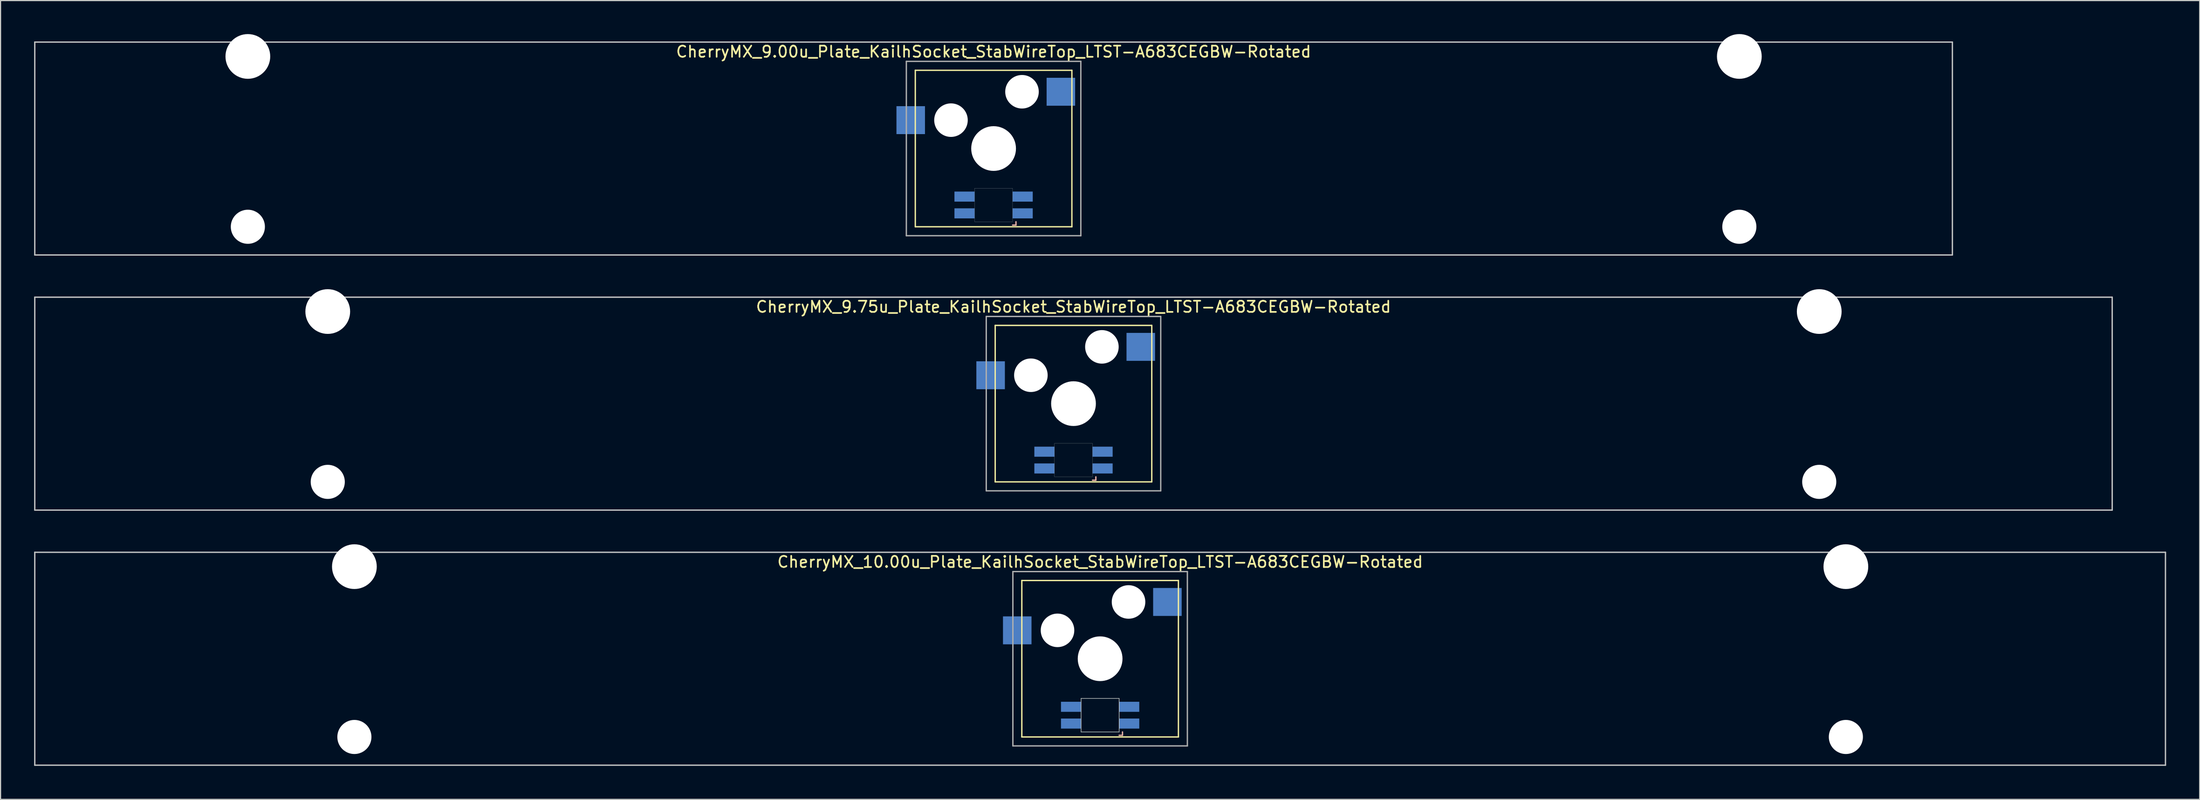
<source format=kicad_pcb>
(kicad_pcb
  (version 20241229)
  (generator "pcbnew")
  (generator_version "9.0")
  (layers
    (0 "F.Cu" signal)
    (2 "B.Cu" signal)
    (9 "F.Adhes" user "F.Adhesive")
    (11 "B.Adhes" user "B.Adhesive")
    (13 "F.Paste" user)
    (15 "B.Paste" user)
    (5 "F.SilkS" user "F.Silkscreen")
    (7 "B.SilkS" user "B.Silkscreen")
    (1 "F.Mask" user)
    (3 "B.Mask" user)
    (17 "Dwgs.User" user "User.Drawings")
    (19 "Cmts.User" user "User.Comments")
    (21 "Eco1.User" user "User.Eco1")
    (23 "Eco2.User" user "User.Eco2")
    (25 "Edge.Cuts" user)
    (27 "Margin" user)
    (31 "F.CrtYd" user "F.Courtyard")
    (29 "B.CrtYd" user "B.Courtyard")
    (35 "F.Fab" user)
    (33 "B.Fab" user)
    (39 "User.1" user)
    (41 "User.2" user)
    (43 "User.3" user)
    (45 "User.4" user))
  (footprint "CherryMX_9.75u_Plate_KailhSocket_StabWireTop_LTST-A683CEGBW-Rotated"
    (layer "F.Cu")
    (at 92.929 33.065)
    (property "Reference" "CherryMX_9.75u_Plate_KailhSocket_StabWireTop_LTST-A683CEGBW-Rotated" (at 0 -8.662 0) (layer "F.SilkS") (effects (font (size 1 1) (thickness 0.15))))
    (attr through_hole)
    (fp_line (start -7 -7) (end -7 7) (stroke (width 0.12) (type solid)) (layer "F.SilkS"))
    (fp_line (start -7 -7) (end 7 -7) (stroke (width 0.12) (type solid)) (layer "F.SilkS"))
    (fp_line (start 7 -7) (end 7 7) (stroke (width 0.12) (type solid)) (layer "F.SilkS"))
    (fp_line (start 7 7) (end -7 7) (stroke (width 0.12) (type solid)) (layer "F.SilkS"))
    (fp_line (start 1.7 6.85) (end 2 6.85) (stroke (width 0.12) (type solid)) (layer "B.SilkS"))
    (fp_line (start 2 6.85) (end 2 6.55) (stroke (width 0.12) (type solid)) (layer "B.SilkS"))
    (fp_line (start -92.869 -9.525) (end 92.869 -9.525) (stroke (width 0.12) (type solid)) (layer "Dwgs.User"))
    (fp_line (start -92.869 9.525) (end -92.869 -9.525) (stroke (width 0.12) (type solid)) (layer "Dwgs.User"))
    (fp_line (start 92.869 -9.525) (end 92.869 9.525) (stroke (width 0.12) (type solid)) (layer "Dwgs.User"))
    (fp_line (start 92.869 9.525) (end -92.869 9.525) (stroke (width 0.12) (type solid)) (layer "Dwgs.User"))
    (fp_poly (pts (xy -1.7 3.55) (xy 1.7 3.55) (xy 1.7 6.55) (xy -1.7 6.55)) (stroke (width 0.01) (type solid)) (fill no) (layer "Edge.Cuts"))
    (fp_line (start -7.8 -7.8) (end -7.8 7.8) (stroke (width 0.12) (type solid)) (layer "F.Fab"))
    (fp_line (start -7.8 -7.8) (end 7.8 -7.8) (stroke (width 0.12) (type solid)) (layer "F.Fab"))
    (fp_line (start -7.8 7.8) (end 7.8 7.8) (stroke (width 0.12) (type solid)) (layer "F.Fab"))
    (fp_line (start 7.8 -7.8) (end 7.8 7.8) (stroke (width 0.12) (type solid)) (layer "F.Fab"))
    (pad "" np_thru_hole circle (at -66.675 -8.24) (size 4 4) (drill 4) (layers "*.Cu" "*.Mask"))
    (pad "" np_thru_hole circle (at -66.675 7) (size 3.05 3.05) (drill 3.05) (layers "*.Cu" "*.Mask"))
    (pad "" np_thru_hole circle (at -3.81 -2.54) (size 3 3) (drill 3) (layers "*.Cu" "*.Mask"))
    (pad "" np_thru_hole circle (at 0 0) (size 4 4) (drill 4) (layers "*.Cu" "*.Mask"))
    (pad "" np_thru_hole circle (at 2.54 -5.08) (size 3 3) (drill 3) (layers "*.Cu" "*.Mask"))
    (pad "" np_thru_hole circle (at 66.675 -8.24) (size 4 4) (drill 4) (layers "*.Cu" "*.Mask"))
    (pad "" np_thru_hole circle (at 66.675 7) (size 3.05 3.05) (drill 3.05) (layers "*.Cu" "*.Mask"))
    (pad "1" smd rect (at -7.41 -2.54) (size 2.55 2.5) (layers "B.Cu" "B.Mask" "B.Paste"))
    (pad "2" smd rect (at 6.015 -5.08) (size 2.55 2.5) (layers "B.Cu" "B.Mask" "B.Paste"))
    (pad "3" smd rect (at 2.6 5.8 180) (size 1.8 0.9) (layers "B.Cu" "B.Mask" "B.Paste"))
    (pad "4" smd rect (at 2.6 4.3 180) (size 1.8 0.9) (layers "B.Cu" "B.Mask" "B.Paste"))
    (pad "5" smd rect (at -2.6 5.8 180) (size 1.8 0.9) (layers "B.Cu" "B.Mask" "B.Paste"))
    (pad "6" smd rect (at -2.6 4.3 180) (size 1.8 0.9) (layers "B.Cu" "B.Mask" "B.Paste")))
  (footprint "CherryMX_10.00u_Plate_KailhSocket_StabWireTop_LTST-A683CEGBW-Rotated"
    (layer "F.Cu")
    (at 95.31 55.89)
    (property "Reference" "CherryMX_10.00u_Plate_KailhSocket_StabWireTop_LTST-A683CEGBW-Rotated" (at 0 -8.662 0) (layer "F.SilkS") (effects (font (size 1 1) (thickness 0.15))))
    (attr through_hole)
    (fp_line (start -7 -7) (end -7 7) (stroke (width 0.12) (type solid)) (layer "F.SilkS"))
    (fp_line (start -7 -7) (end 7 -7) (stroke (width 0.12) (type solid)) (layer "F.SilkS"))
    (fp_line (start 7 -7) (end 7 7) (stroke (width 0.12) (type solid)) (layer "F.SilkS"))
    (fp_line (start 7 7) (end -7 7) (stroke (width 0.12) (type solid)) (layer "F.SilkS"))
    (fp_line (start 1.7 6.85) (end 2 6.85) (stroke (width 0.12) (type solid)) (layer "B.SilkS"))
    (fp_line (start 2 6.85) (end 2 6.55) (stroke (width 0.12) (type solid)) (layer "B.SilkS"))
    (fp_line (start -95.25 -9.525) (end 95.25 -9.525) (stroke (width 0.12) (type solid)) (layer "Dwgs.User"))
    (fp_line (start -95.25 9.525) (end -95.25 -9.525) (stroke (width 0.12) (type solid)) (layer "Dwgs.User"))
    (fp_line (start 95.25 -9.525) (end 95.25 9.525) (stroke (width 0.12) (type solid)) (layer "Dwgs.User"))
    (fp_line (start 95.25 9.525) (end -95.25 9.525) (stroke (width 0.12) (type solid)) (layer "Dwgs.User"))
    (fp_line (start -1.7 3.55) (end 1.7 3.55) (stroke (width 0.05) (type solid)) (layer "Edge.Cuts"))
    (fp_line (start -1.7 6.55) (end -1.7 3.55) (stroke (width 0.05) (type solid)) (layer "Edge.Cuts"))
    (fp_line (start 1.7 3.55) (end 1.7 6.55) (stroke (width 0.05) (type solid)) (layer "Edge.Cuts"))
    (fp_line (start 1.7 6.55) (end -1.7 6.55) (stroke (width 0.05) (type solid)) (layer "Edge.Cuts"))
    (fp_line (start -7.8 -7.8) (end -7.8 7.8) (stroke (width 0.12) (type solid)) (layer "F.Fab"))
    (fp_line (start -7.8 -7.8) (end 7.8 -7.8) (stroke (width 0.12) (type solid)) (layer "F.Fab"))
    (fp_line (start -7.8 7.8) (end 7.8 7.8) (stroke (width 0.12) (type solid)) (layer "F.Fab"))
    (fp_line (start 7.8 -7.8) (end 7.8 7.8) (stroke (width 0.12) (type solid)) (layer "F.Fab"))
    (pad "" np_thru_hole circle (at -66.675 -8.24) (size 4 4) (drill 4) (layers "*.Cu" "*.Mask"))
    (pad "" np_thru_hole circle (at -66.675 7) (size 3.05 3.05) (drill 3.05) (layers "*.Cu" "*.Mask"))
    (pad "" np_thru_hole circle (at -3.81 -2.54) (size 3 3) (drill 3) (layers "*.Cu" "*.Mask"))
    (pad "" np_thru_hole circle (at 0 0) (size 4 4) (drill 4) (layers "*.Cu" "*.Mask"))
    (pad "" np_thru_hole circle (at 2.54 -5.08) (size 3 3) (drill 3) (layers "*.Cu" "*.Mask"))
    (pad "" np_thru_hole circle (at 66.675 -8.24) (size 4 4) (drill 4) (layers "*.Cu" "*.Mask"))
    (pad "" np_thru_hole circle (at 66.675 7) (size 3.05 3.05) (drill 3.05) (layers "*.Cu" "*.Mask"))
    (pad "1" smd rect (at -7.41 -2.54) (size 2.55 2.5) (layers "B.Cu" "B.Mask" "B.Paste"))
    (pad "2" smd rect (at 6.015 -5.08) (size 2.55 2.5) (layers "B.Cu" "B.Mask" "B.Paste"))
    (pad "3" smd rect (at 2.6 5.8 180) (size 1.8 0.9) (layers "B.Cu" "B.Mask" "B.Paste"))
    (pad "4" smd rect (at 2.6 4.3 180) (size 1.8 0.9) (layers "B.Cu" "B.Mask" "B.Paste"))
    (pad "5" smd rect (at -2.6 5.8 180) (size 1.8 0.9) (layers "B.Cu" "B.Mask" "B.Paste"))
    (pad "6" smd rect (at -2.6 4.3 180) (size 1.8 0.9) (layers "B.Cu" "B.Mask" "B.Paste")))
  (footprint "CherryMX_9.00u_Plate_KailhSocket_StabWireTop_LTST-A683CEGBW-Rotated"
    (layer "F.Cu")
    (at 85.785 10.24)
    (property "Reference" "CherryMX_9.00u_Plate_KailhSocket_StabWireTop_LTST-A683CEGBW-Rotated" (at 0 -8.662 0) (layer "F.SilkS") (effects (font (size 1 1) (thickness 0.15))))
    (attr through_hole)
    (fp_line (start -7 -7) (end -7 7) (stroke (width 0.12) (type solid)) (layer "F.SilkS"))
    (fp_line (start -7 -7) (end 7 -7) (stroke (width 0.12) (type solid)) (layer "F.SilkS"))
    (fp_line (start 7 -7) (end 7 7) (stroke (width 0.12) (type solid)) (layer "F.SilkS"))
    (fp_line (start 7 7) (end -7 7) (stroke (width 0.12) (type solid)) (layer "F.SilkS"))
    (fp_line (start 1.7 6.85) (end 2 6.85) (stroke (width 0.12) (type solid)) (layer "B.SilkS"))
    (fp_line (start 2 6.85) (end 2 6.55) (stroke (width 0.12) (type solid)) (layer "B.SilkS"))
    (fp_line (start -85.725 -9.525) (end 85.725 -9.525) (stroke (width 0.12) (type solid)) (layer "Dwgs.User"))
    (fp_line (start -85.725 9.525) (end -85.725 -9.525) (stroke (width 0.12) (type solid)) (layer "Dwgs.User"))
    (fp_line (start 85.725 -9.525) (end 85.725 9.525) (stroke (width 0.12) (type solid)) (layer "Dwgs.User"))
    (fp_line (start 85.725 9.525) (end -85.725 9.525) (stroke (width 0.12) (type solid)) (layer "Dwgs.User"))
    (fp_poly (pts (xy -1.7 3.55) (xy 1.7 3.55) (xy 1.7 6.55) (xy -1.7 6.55)) (stroke (width 0.01) (type solid)) (fill no) (layer "Edge.Cuts"))
    (fp_line (start -7.8 -7.8) (end -7.8 7.8) (stroke (width 0.12) (type solid)) (layer "F.Fab"))
    (fp_line (start -7.8 -7.8) (end 7.8 -7.8) (stroke (width 0.12) (type solid)) (layer "F.Fab"))
    (fp_line (start -7.8 7.8) (end 7.8 7.8) (stroke (width 0.12) (type solid)) (layer "F.Fab"))
    (fp_line (start 7.8 -7.8) (end 7.8 7.8) (stroke (width 0.12) (type solid)) (layer "F.Fab"))
    (pad "" np_thru_hole circle (at -66.675 -8.24) (size 4 4) (drill 4) (layers "*.Cu" "*.Mask"))
    (pad "" np_thru_hole circle (at -66.675 7) (size 3.05 3.05) (drill 3.05) (layers "*.Cu" "*.Mask"))
    (pad "" np_thru_hole circle (at -3.81 -2.54) (size 3 3) (drill 3) (layers "*.Cu" "*.Mask"))
    (pad "" np_thru_hole circle (at 0 0) (size 4 4) (drill 4) (layers "*.Cu" "*.Mask"))
    (pad "" np_thru_hole circle (at 2.54 -5.08) (size 3 3) (drill 3) (layers "*.Cu" "*.Mask"))
    (pad "" np_thru_hole circle (at 66.675 -8.24) (size 4 4) (drill 4) (layers "*.Cu" "*.Mask"))
    (pad "" np_thru_hole circle (at 66.675 7) (size 3.05 3.05) (drill 3.05) (layers "*.Cu" "*.Mask"))
    (pad "1" smd rect (at -7.41 -2.54) (size 2.55 2.5) (layers "B.Cu" "B.Mask" "B.Paste"))
    (pad "2" smd rect (at 6.015 -5.08) (size 2.55 2.5) (layers "B.Cu" "B.Mask" "B.Paste"))
    (pad "3" smd rect (at 2.6 5.8 180) (size 1.8 0.9) (layers "B.Cu" "B.Mask" "B.Paste"))
    (pad "4" smd rect (at 2.6 4.3 180) (size 1.8 0.9) (layers "B.Cu" "B.Mask" "B.Paste"))
    (pad "5" smd rect (at -2.6 5.8 180) (size 1.8 0.9) (layers "B.Cu" "B.Mask" "B.Paste"))
    (pad "6" smd rect (at -2.6 4.3 180) (size 1.8 0.9) (layers "B.Cu" "B.Mask" "B.Paste")))
  (gr_rect
    (start -3 -3)
    (end 193.62 68.475)
    (stroke (width 0.1) (type default))
    (fill no)
    (layer "Edge.Cuts")))
</source>
